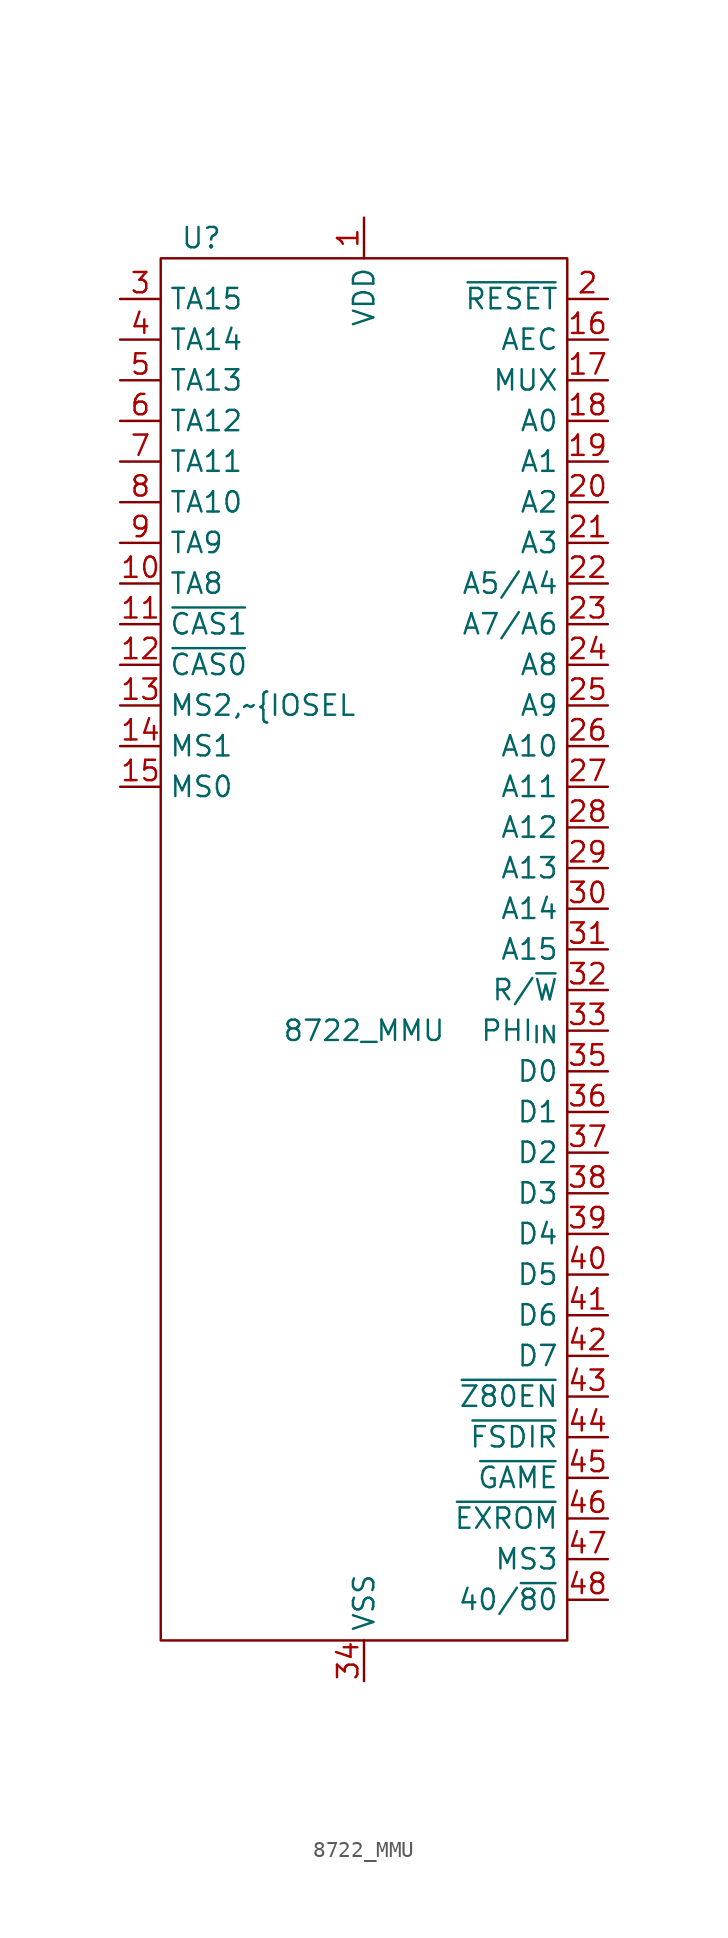
<source format=kicad_sym>
(kicad_symbol_lib
  (version 20211014)
  (generator kicad_symbol_editor)
  (symbol "8722_MMU"
    (property "Reference" "U"
      (at -10.16 49.53 0)
      (effects (font (size 1.27 1.27))))
    (property "Value" "8722_MMU"
      (at 0 0 0)
      (effects (font (size 1.27 1.27))))
    (symbol "8722_MMU_0_1"
      (rectangle (start -12.7 48.26) (end 12.7 -38.1) (stroke (width 0) (type default) (color 0 0 0 0)) (fill (type none))))
    (symbol "8722_MMU_1_1"
      (pin power_in line (at 0 50.8 270) (length 2.54) (name "VDD" (effects (font (size 1.27 1.27)))) (number "1" (effects (font (size 1.27 1.27)))))
      (pin tri_state line (at -15.24 27.94 0) (length 2.54) (name "TA8" (effects (font (size 1.27 1.27)))) (number "10" (effects (font (size 1.27 1.27)))))
      (pin output line (at -15.24 25.4 0) (length 2.54) (name "~{CAS1}" (effects (font (size 1.27 1.27)))) (number "11" (effects (font (size 1.27 1.27)))))
      (pin output line (at -15.24 22.86 0) (length 2.54) (name "~{CAS0}" (effects (font (size 1.27 1.27)))) (number "12" (effects (font (size 1.27 1.27)))))
      (pin output line (at -15.24 20.32 0) (length 2.54) (name "MS2,~{IOSEL" (effects (font (size 1.27 1.27)))) (number "13" (effects (font (size 1.27 1.27)))))
      (pin output line (at -15.24 17.78 0) (length 2.54) (name "MS1" (effects (font (size 1.27 1.27)))) (number "14" (effects (font (size 1.27 1.27)))))
      (pin output line (at -15.24 15.24 0) (length 2.54) (name "MS0" (effects (font (size 1.27 1.27)))) (number "15" (effects (font (size 1.27 1.27)))))
      (pin input line (at 15.24 43.18 180) (length 2.54) (name "AEC" (effects (font (size 1.27 1.27)))) (number "16" (effects (font (size 1.27 1.27)))))
      (pin input line (at 15.24 40.64 180) (length 2.54) (name "MUX" (effects (font (size 1.27 1.27)))) (number "17" (effects (font (size 1.27 1.27)))))
      (pin input line (at 15.24 38.1 180) (length 2.54) (name "A0" (effects (font (size 1.27 1.27)))) (number "18" (effects (font (size 1.27 1.27)))))
      (pin input line (at 15.24 35.56 180) (length 2.54) (name "A1" (effects (font (size 1.27 1.27)))) (number "19" (effects (font (size 1.27 1.27)))))
      (pin input line (at 15.24 45.72 180) (length 2.54) (name "~{RESET}" (effects (font (size 1.27 1.27)))) (number "2" (effects (font (size 1.27 1.27)))))
      (pin input line (at 15.24 33.02 180) (length 2.54) (name "A2" (effects (font (size 1.27 1.27)))) (number "20" (effects (font (size 1.27 1.27)))))
      (pin input line (at 15.24 30.48 180) (length 2.54) (name "A3" (effects (font (size 1.27 1.27)))) (number "21" (effects (font (size 1.27 1.27)))))
      (pin input line (at 15.24 27.94 180) (length 2.54) (name "A5/A4" (effects (font (size 1.27 1.27)))) (number "22" (effects (font (size 1.27 1.27)))))
      (pin input line (at 15.24 25.4 180) (length 2.54) (name "A7/A6" (effects (font (size 1.27 1.27)))) (number "23" (effects (font (size 1.27 1.27)))))
      (pin input line (at 15.24 22.86 180) (length 2.54) (name "A8" (effects (font (size 1.27 1.27)))) (number "24" (effects (font (size 1.27 1.27)))))
      (pin input line (at 15.24 20.32 180) (length 2.54) (name "A9" (effects (font (size 1.27 1.27)))) (number "25" (effects (font (size 1.27 1.27)))))
      (pin input line (at 15.24 17.78 180) (length 2.54) (name "A10" (effects (font (size 1.27 1.27)))) (number "26" (effects (font (size 1.27 1.27)))))
      (pin input line (at 15.24 15.24 180) (length 2.54) (name "A11" (effects (font (size 1.27 1.27)))) (number "27" (effects (font (size 1.27 1.27)))))
      (pin input line (at 15.24 12.7 180) (length 2.54) (name "A12" (effects (font (size 1.27 1.27)))) (number "28" (effects (font (size 1.27 1.27)))))
      (pin input line (at 15.24 10.16 180) (length 2.54) (name "A13" (effects (font (size 1.27 1.27)))) (number "29" (effects (font (size 1.27 1.27)))))
      (pin tri_state line (at -15.24 45.72 0) (length 2.54) (name "TA15" (effects (font (size 1.27 1.27)))) (number "3" (effects (font (size 1.27 1.27)))))
      (pin input line (at 15.24 7.62 180) (length 2.54) (name "A14" (effects (font (size 1.27 1.27)))) (number "30" (effects (font (size 1.27 1.27)))))
      (pin input line (at 15.24 5.08 180) (length 2.54) (name "A15" (effects (font (size 1.27 1.27)))) (number "31" (effects (font (size 1.27 1.27)))))
      (pin input line (at 15.24 2.54 180) (length 2.54) (name "R/~{W}" (effects (font (size 1.27 1.27)))) (number "32" (effects (font (size 1.27 1.27)))))
      (pin input line (at 15.24 0 180) (length 2.54) (name "PHI_{IN}" (effects (font (size 1.27 1.27)))) (number "33" (effects (font (size 1.27 1.27)))))
      (pin power_in line (at 0 -40.64 90) (length 2.54) (name "VSS" (effects (font (size 1.27 1.27)))) (number "34" (effects (font (size 1.27 1.27)))))
      (pin bidirectional line (at 15.24 -2.54 180) (length 2.54) (name "D0" (effects (font (size 1.27 1.27)))) (number "35" (effects (font (size 1.27 1.27)))))
      (pin bidirectional line (at 15.24 -5.08 180) (length 2.54) (name "D1" (effects (font (size 1.27 1.27)))) (number "36" (effects (font (size 1.27 1.27)))))
      (pin bidirectional line (at 15.24 -7.62 180) (length 2.54) (name "D2" (effects (font (size 1.27 1.27)))) (number "37" (effects (font (size 1.27 1.27)))))
      (pin bidirectional line (at 15.24 -10.16 180) (length 2.54) (name "D3" (effects (font (size 1.27 1.27)))) (number "38" (effects (font (size 1.27 1.27)))))
      (pin bidirectional line (at 15.24 -12.7 180) (length 2.54) (name "D4" (effects (font (size 1.27 1.27)))) (number "39" (effects (font (size 1.27 1.27)))))
      (pin tri_state line (at -15.24 43.18 0) (length 2.54) (name "TA14" (effects (font (size 1.27 1.27)))) (number "4" (effects (font (size 1.27 1.27)))))
      (pin bidirectional line (at 15.24 -15.24 180) (length 2.54) (name "D5" (effects (font (size 1.27 1.27)))) (number "40" (effects (font (size 1.27 1.27)))))
      (pin bidirectional line (at 15.24 -17.78 180) (length 2.54) (name "D6" (effects (font (size 1.27 1.27)))) (number "41" (effects (font (size 1.27 1.27)))))
      (pin bidirectional line (at 15.24 -20.32 180) (length 2.54) (name "D7" (effects (font (size 1.27 1.27)))) (number "42" (effects (font (size 1.27 1.27)))))
      (pin bidirectional line (at 15.24 -22.86 180) (length 2.54) (name "~{Z80EN}" (effects (font (size 1.27 1.27)))) (number "43" (effects (font (size 1.27 1.27)))))
      (pin bidirectional line (at 15.24 -25.4 180) (length 2.54) (name "~{FSDIR}" (effects (font (size 1.27 1.27)))) (number "44" (effects (font (size 1.27 1.27)))))
      (pin bidirectional line (at 15.24 -27.94 180) (length 2.54) (name "~{GAME}" (effects (font (size 1.27 1.27)))) (number "45" (effects (font (size 1.27 1.27)))))
      (pin bidirectional line (at 15.24 -30.48 180) (length 2.54) (name "~{EXROM}" (effects (font (size 1.27 1.27)))) (number "46" (effects (font (size 1.27 1.27)))))
      (pin bidirectional line (at 15.24 -33.02 180) (length 2.54) (name "MS3" (effects (font (size 1.27 1.27)))) (number "47" (effects (font (size 1.27 1.27)))))
      (pin bidirectional line (at 15.24 -35.56 180) (length 2.54) (name "40/~{80}" (effects (font (size 1.27 1.27)))) (number "48" (effects (font (size 1.27 1.27)))))
      (pin tri_state line (at -15.24 40.64 0) (length 2.54) (name "TA13" (effects (font (size 1.27 1.27)))) (number "5" (effects (font (size 1.27 1.27)))))
      (pin tri_state line (at -15.24 38.1 0) (length 2.54) (name "TA12" (effects (font (size 1.27 1.27)))) (number "6" (effects (font (size 1.27 1.27)))))
      (pin tri_state line (at -15.24 35.56 0) (length 2.54) (name "TA11" (effects (font (size 1.27 1.27)))) (number "7" (effects (font (size 1.27 1.27)))))
      (pin tri_state line (at -15.24 33.02 0) (length 2.54) (name "TA10" (effects (font (size 1.27 1.27)))) (number "8" (effects (font (size 1.27 1.27)))))
      (pin tri_state line (at -15.24 30.48 0) (length 2.54) (name "TA9" (effects (font (size 1.27 1.27)))) (number "9" (effects (font (size 1.27 1.27))))))))
</source>
